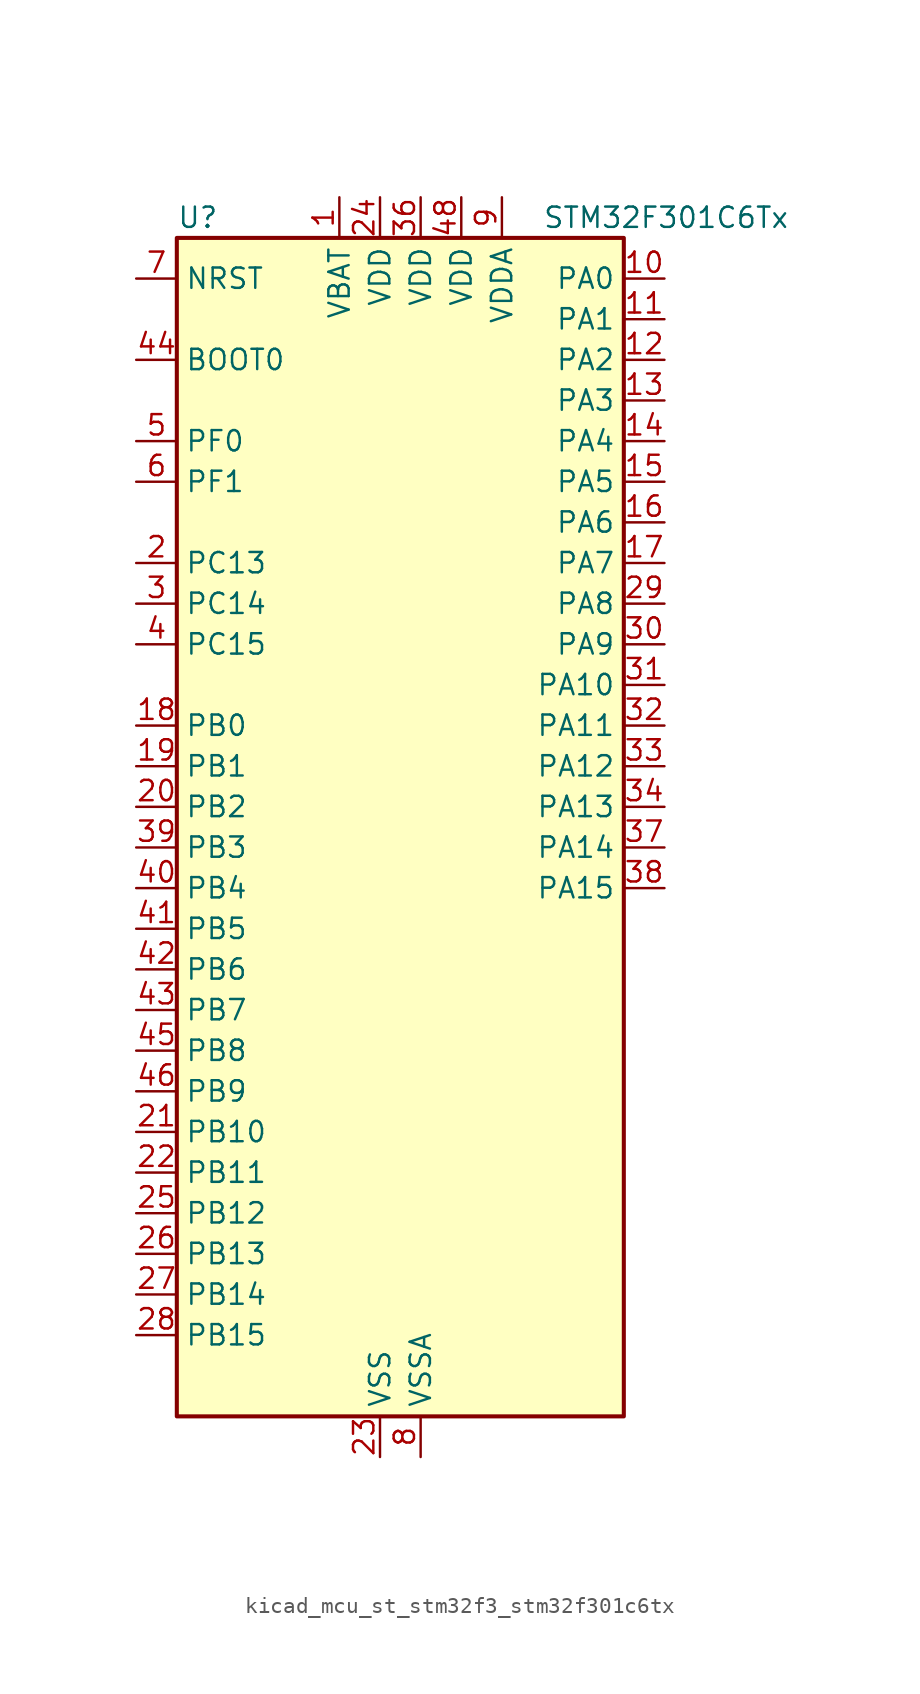
<source format=kicad_sym>
(kicad_symbol_lib
  (version 20220914)
  (generator kicad_symbol_editor)
  (symbol "kicad_mcu_st_stm32f3_stm32f301c6tx"
    (property "Reference" "U"
      (at -12.7 39.37 0)
      (effects (font (size 1.27 1.27)) (justify left)))
    (property "Value" "STM32F301C6Tx"
      (at 10.16 39.37 0)
      (effects (font (size 1.27 1.27)) (justify left)))
    (property "ki_locked" ""
      (at 0 0 0)
      (effects (font (size 1.27 1.27))))
    (symbol "kicad_mcu_st_stm32f3_stm32f301c6tx_0_1"
      (rectangle (start -12.7 -35.56) (end 15.24 38.1) (stroke (width 0.254) (type default)) (fill (type background))))
    (symbol "kicad_mcu_st_stm32f3_stm32f301c6tx_1_1"
      (pin power_in line (at -2.54 40.64 270) (length 2.54) (name "VBAT" (effects (font (size 1.27 1.27)))) (number "1" (effects (font (size 1.27 1.27)))))
      (pin bidirectional line (at 17.78 35.56 180) (length 2.54) (name "PA0" (effects (font (size 1.27 1.27)))) (number "10" (effects (font (size 1.27 1.27)))) (alternate "ADC1_IN1" bidirectional line) (alternate "RTC_TAMP2" bidirectional line) (alternate "SYS_WKUP1" bidirectional line) (alternate "TIM2_CH1" bidirectional line) (alternate "TIM2_ETR" bidirectional line) (alternate "TSC_G1_IO1" bidirectional line) (alternate "USART2_CTS" bidirectional line))
      (pin bidirectional line (at 17.78 33.02 180) (length 2.54) (name "PA1" (effects (font (size 1.27 1.27)))) (number "11" (effects (font (size 1.27 1.27)))) (alternate "ADC1_IN2" bidirectional line) (alternate "RTC_REFIN" bidirectional line) (alternate "TIM15_CH1N" bidirectional line) (alternate "TIM2_CH2" bidirectional line) (alternate "TSC_G1_IO2" bidirectional line) (alternate "USART2_DE" bidirectional line) (alternate "USART2_RTS" bidirectional line))
      (pin bidirectional line (at 17.78 30.48 180) (length 2.54) (name "PA2" (effects (font (size 1.27 1.27)))) (number "12" (effects (font (size 1.27 1.27)))) (alternate "ADC1_IN3" bidirectional line) (alternate "COMP2_INM" bidirectional line) (alternate "COMP2_OUT" bidirectional line) (alternate "TIM15_CH1" bidirectional line) (alternate "TIM2_CH3" bidirectional line) (alternate "TSC_G1_IO3" bidirectional line) (alternate "USART2_TX" bidirectional line))
      (pin bidirectional line (at 17.78 27.94 180) (length 2.54) (name "PA3" (effects (font (size 1.27 1.27)))) (number "13" (effects (font (size 1.27 1.27)))) (alternate "ADC1_IN4" bidirectional line) (alternate "TIM15_CH2" bidirectional line) (alternate "TIM2_CH4" bidirectional line) (alternate "TSC_G1_IO4" bidirectional line) (alternate "USART2_RX" bidirectional line))
      (pin bidirectional line (at 17.78 25.4 180) (length 2.54) (name "PA4" (effects (font (size 1.27 1.27)))) (number "14" (effects (font (size 1.27 1.27)))) (alternate "ADC1_IN5" bidirectional line) (alternate "COMP2_INM" bidirectional line) (alternate "COMP4_INM" bidirectional line) (alternate "COMP6_INM" bidirectional line) (alternate "DAC_OUT1" bidirectional line) (alternate "I2S3_WS" bidirectional line) (alternate "SPI3_NSS" bidirectional line) (alternate "TSC_G2_IO1" bidirectional line) (alternate "USART2_CK" bidirectional line))
      (pin bidirectional line (at 17.78 22.86 180) (length 2.54) (name "PA5" (effects (font (size 1.27 1.27)))) (number "15" (effects (font (size 1.27 1.27)))) (alternate "OPAMP2_VINM" bidirectional line) (alternate "OPAMP2_VINM_SEC" bidirectional line) (alternate "TIM2_CH1" bidirectional line) (alternate "TIM2_ETR" bidirectional line) (alternate "TSC_G2_IO2" bidirectional line))
      (pin bidirectional line (at 17.78 20.32 180) (length 2.54) (name "PA6" (effects (font (size 1.27 1.27)))) (number "16" (effects (font (size 1.27 1.27)))) (alternate "ADC1_IN10" bidirectional line) (alternate "OPAMP2_VOUT" bidirectional line) (alternate "TIM16_CH1" bidirectional line) (alternate "TIM1_BKIN" bidirectional line) (alternate "TSC_G2_IO3" bidirectional line))
      (pin bidirectional line (at 17.78 17.78 180) (length 2.54) (name "PA7" (effects (font (size 1.27 1.27)))) (number "17" (effects (font (size 1.27 1.27)))) (alternate "ADC1_IN15" bidirectional line) (alternate "COMP2_INP" bidirectional line) (alternate "OPAMP2_VINP" bidirectional line) (alternate "OPAMP2_VINP_SEC" bidirectional line) (alternate "TIM17_CH1" bidirectional line) (alternate "TIM1_CH1N" bidirectional line) (alternate "TSC_G2_IO4" bidirectional line))
      (pin bidirectional line (at -15.24 7.62 0) (length 2.54) (name "PB0" (effects (font (size 1.27 1.27)))) (number "18" (effects (font (size 1.27 1.27)))) (alternate "ADC1_IN11" bidirectional line) (alternate "COMP4_INP" bidirectional line) (alternate "OPAMP2_VINP" bidirectional line) (alternate "OPAMP2_VINP_SEC" bidirectional line) (alternate "TIM1_CH2N" bidirectional line) (alternate "TSC_G3_IO2" bidirectional line))
      (pin bidirectional line (at -15.24 5.08 0) (length 2.54) (name "PB1" (effects (font (size 1.27 1.27)))) (number "19" (effects (font (size 1.27 1.27)))) (alternate "ADC1_IN12" bidirectional line) (alternate "COMP4_OUT" bidirectional line) (alternate "TIM1_CH3N" bidirectional line) (alternate "TSC_G3_IO3" bidirectional line))
      (pin bidirectional line (at -15.24 17.78 0) (length 2.54) (name "PC13" (effects (font (size 1.27 1.27)))) (number "2" (effects (font (size 1.27 1.27)))) (alternate "RTC_OUT_ALARM" bidirectional line) (alternate "RTC_OUT_CALIB" bidirectional line) (alternate "RTC_TAMP1" bidirectional line) (alternate "RTC_TS" bidirectional line) (alternate "SYS_WKUP2" bidirectional line) (alternate "TIM1_CH1N" bidirectional line))
      (pin bidirectional line (at -15.24 2.54 0) (length 2.54) (name "PB2" (effects (font (size 1.27 1.27)))) (number "20" (effects (font (size 1.27 1.27)))) (alternate "COMP4_INM" bidirectional line) (alternate "TSC_G3_IO4" bidirectional line))
      (pin bidirectional line (at -15.24 -17.78 0) (length 2.54) (name "PB10" (effects (font (size 1.27 1.27)))) (number "21" (effects (font (size 1.27 1.27)))) (alternate "TIM2_CH3" bidirectional line) (alternate "TSC_SYNC" bidirectional line) (alternate "USART3_TX" bidirectional line))
      (pin bidirectional line (at -15.24 -20.32 0) (length 2.54) (name "PB11" (effects (font (size 1.27 1.27)))) (number "22" (effects (font (size 1.27 1.27)))) (alternate "ADC1_EXTI11" bidirectional line) (alternate "ADC1_IN14" bidirectional line) (alternate "COMP6_INP" bidirectional line) (alternate "TIM2_CH4" bidirectional line) (alternate "TSC_G6_IO1" bidirectional line) (alternate "USART3_RX" bidirectional line))
      (pin power_in line (at 0 -38.1 90) (length 2.54) (name "VSS" (effects (font (size 1.27 1.27)))) (number "23" (effects (font (size 1.27 1.27)))))
      (pin power_in line (at 0 40.64 270) (length 2.54) (name "VDD" (effects (font (size 1.27 1.27)))) (number "24" (effects (font (size 1.27 1.27)))))
      (pin bidirectional line (at -15.24 -22.86 0) (length 2.54) (name "PB12" (effects (font (size 1.27 1.27)))) (number "25" (effects (font (size 1.27 1.27)))) (alternate "I2C2_SMBA" bidirectional line) (alternate "I2S2_WS" bidirectional line) (alternate "SPI2_NSS" bidirectional line) (alternate "TIM1_BKIN" bidirectional line) (alternate "TSC_G6_IO2" bidirectional line) (alternate "USART3_CK" bidirectional line))
      (pin bidirectional line (at -15.24 -25.4 0) (length 2.54) (name "PB13" (effects (font (size 1.27 1.27)))) (number "26" (effects (font (size 1.27 1.27)))) (alternate "ADC1_IN13" bidirectional line) (alternate "I2S2_CK" bidirectional line) (alternate "SPI2_SCK" bidirectional line) (alternate "TIM1_CH1N" bidirectional line) (alternate "TSC_G6_IO3" bidirectional line) (alternate "USART3_CTS" bidirectional line))
      (pin bidirectional line (at -15.24 -27.94 0) (length 2.54) (name "PB14" (effects (font (size 1.27 1.27)))) (number "27" (effects (font (size 1.27 1.27)))) (alternate "I2S2_ext_SD" bidirectional line) (alternate "OPAMP2_VINP" bidirectional line) (alternate "OPAMP2_VINP_SEC" bidirectional line) (alternate "SPI2_MISO" bidirectional line) (alternate "TIM15_CH1" bidirectional line) (alternate "TIM1_CH2N" bidirectional line) (alternate "TSC_G6_IO4" bidirectional line) (alternate "USART3_DE" bidirectional line) (alternate "USART3_RTS" bidirectional line))
      (pin bidirectional line (at -15.24 -30.48 0) (length 2.54) (name "PB15" (effects (font (size 1.27 1.27)))) (number "28" (effects (font (size 1.27 1.27)))) (alternate "ADC1_EXTI15" bidirectional line) (alternate "COMP6_INM" bidirectional line) (alternate "I2S2_SD" bidirectional line) (alternate "RTC_REFIN" bidirectional line) (alternate "SPI2_MOSI" bidirectional line) (alternate "TIM15_CH1N" bidirectional line) (alternate "TIM15_CH2" bidirectional line) (alternate "TIM1_CH3N" bidirectional line))
      (pin bidirectional line (at 17.78 15.24 180) (length 2.54) (name "PA8" (effects (font (size 1.27 1.27)))) (number "29" (effects (font (size 1.27 1.27)))) (alternate "I2C2_SMBA" bidirectional line) (alternate "I2C3_SCL" bidirectional line) (alternate "I2S2_MCK" bidirectional line) (alternate "RCC_MCO" bidirectional line) (alternate "TIM1_CH1" bidirectional line) (alternate "USART1_CK" bidirectional line))
      (pin bidirectional line (at -15.24 15.24 0) (length 2.54) (name "PC14" (effects (font (size 1.27 1.27)))) (number "3" (effects (font (size 1.27 1.27)))) (alternate "RCC_OSC32_IN" bidirectional line))
      (pin bidirectional line (at 17.78 12.7 180) (length 2.54) (name "PA9" (effects (font (size 1.27 1.27)))) (number "30" (effects (font (size 1.27 1.27)))) (alternate "DAC_EXTI9" bidirectional line) (alternate "I2C2_SCL" bidirectional line) (alternate "I2C3_SMBA" bidirectional line) (alternate "I2S3_MCK" bidirectional line) (alternate "TIM15_BKIN" bidirectional line) (alternate "TIM1_CH2" bidirectional line) (alternate "TIM2_CH3" bidirectional line) (alternate "TSC_G4_IO1" bidirectional line) (alternate "USART1_TX" bidirectional line))
      (pin bidirectional line (at 17.78 10.16 180) (length 2.54) (name "PA10" (effects (font (size 1.27 1.27)))) (number "31" (effects (font (size 1.27 1.27)))) (alternate "COMP6_OUT" bidirectional line) (alternate "I2C2_SDA" bidirectional line) (alternate "I2S2_ext_SD" bidirectional line) (alternate "SPI2_MISO" bidirectional line) (alternate "TIM17_BKIN" bidirectional line) (alternate "TIM1_CH3" bidirectional line) (alternate "TIM2_CH4" bidirectional line) (alternate "TSC_G4_IO2" bidirectional line) (alternate "USART1_RX" bidirectional line))
      (pin bidirectional line (at 17.78 7.62 180) (length 2.54) (name "PA11" (effects (font (size 1.27 1.27)))) (number "32" (effects (font (size 1.27 1.27)))) (alternate "ADC1_EXTI11" bidirectional line) (alternate "I2S2_SD" bidirectional line) (alternate "SPI2_MOSI" bidirectional line) (alternate "TIM1_BKIN2" bidirectional line) (alternate "TIM1_CH1N" bidirectional line) (alternate "TIM1_CH4" bidirectional line) (alternate "USART1_CTS" bidirectional line))
      (pin bidirectional line (at 17.78 5.08 180) (length 2.54) (name "PA12" (effects (font (size 1.27 1.27)))) (number "33" (effects (font (size 1.27 1.27)))) (alternate "COMP2_OUT" bidirectional line) (alternate "I2S_CKIN" bidirectional line) (alternate "TIM16_CH1" bidirectional line) (alternate "TIM1_CH2N" bidirectional line) (alternate "TIM1_ETR" bidirectional line) (alternate "USART1_DE" bidirectional line) (alternate "USART1_RTS" bidirectional line))
      (pin bidirectional line (at 17.78 2.54 180) (length 2.54) (name "PA13" (effects (font (size 1.27 1.27)))) (number "34" (effects (font (size 1.27 1.27)))) (alternate "IR_OUT" bidirectional line) (alternate "SYS_JTMS-SWDIO" bidirectional line) (alternate "TIM16_CH1N" bidirectional line) (alternate "TSC_G4_IO3" bidirectional line) (alternate "USART3_CTS" bidirectional line))
      (pin passive line (at 0 -38.1 90) (length 2.54) hide (name "VSS" (effects (font (size 1.27 1.27)))) (number "35" (effects (font (size 1.27 1.27)))))
      (pin power_in line (at 2.54 40.64 270) (length 2.54) (name "VDD" (effects (font (size 1.27 1.27)))) (number "36" (effects (font (size 1.27 1.27)))))
      (pin bidirectional line (at 17.78 0 180) (length 2.54) (name "PA14" (effects (font (size 1.27 1.27)))) (number "37" (effects (font (size 1.27 1.27)))) (alternate "I2C1_SDA" bidirectional line) (alternate "SYS_JTCK-SWCLK" bidirectional line) (alternate "TIM1_BKIN" bidirectional line) (alternate "TSC_G4_IO4" bidirectional line) (alternate "USART2_TX" bidirectional line))
      (pin bidirectional line (at 17.78 -2.54 180) (length 2.54) (name "PA15" (effects (font (size 1.27 1.27)))) (number "38" (effects (font (size 1.27 1.27)))) (alternate "ADC1_EXTI15" bidirectional line) (alternate "I2C1_SCL" bidirectional line) (alternate "I2S3_WS" bidirectional line) (alternate "SPI3_NSS" bidirectional line) (alternate "SYS_JTDI" bidirectional line) (alternate "TIM1_BKIN" bidirectional line) (alternate "TIM2_CH1" bidirectional line) (alternate "TIM2_ETR" bidirectional line) (alternate "TSC_SYNC" bidirectional line) (alternate "USART2_RX" bidirectional line))
      (pin bidirectional line (at -15.24 0 0) (length 2.54) (name "PB3" (effects (font (size 1.27 1.27)))) (number "39" (effects (font (size 1.27 1.27)))) (alternate "I2S3_CK" bidirectional line) (alternate "SPI3_SCK" bidirectional line) (alternate "SYS_JTDO-TRACESWO" bidirectional line) (alternate "TIM2_CH2" bidirectional line) (alternate "TSC_G5_IO1" bidirectional line) (alternate "USART2_TX" bidirectional line))
      (pin bidirectional line (at -15.24 12.7 0) (length 2.54) (name "PC15" (effects (font (size 1.27 1.27)))) (number "4" (effects (font (size 1.27 1.27)))) (alternate "ADC1_EXTI15" bidirectional line) (alternate "RCC_OSC32_OUT" bidirectional line))
      (pin bidirectional line (at -15.24 -2.54 0) (length 2.54) (name "PB4" (effects (font (size 1.27 1.27)))) (number "40" (effects (font (size 1.27 1.27)))) (alternate "I2S3_ext_SD" bidirectional line) (alternate "SPI3_MISO" bidirectional line) (alternate "SYS_NJTRST" bidirectional line) (alternate "TIM16_CH1" bidirectional line) (alternate "TIM17_BKIN" bidirectional line) (alternate "TSC_G5_IO2" bidirectional line) (alternate "USART2_RX" bidirectional line))
      (pin bidirectional line (at -15.24 -5.08 0) (length 2.54) (name "PB5" (effects (font (size 1.27 1.27)))) (number "41" (effects (font (size 1.27 1.27)))) (alternate "I2C1_SMBA" bidirectional line) (alternate "I2C3_SDA" bidirectional line) (alternate "I2S3_SD" bidirectional line) (alternate "SPI3_MOSI" bidirectional line) (alternate "TIM16_BKIN" bidirectional line) (alternate "TIM17_CH1" bidirectional line) (alternate "USART2_CK" bidirectional line))
      (pin bidirectional line (at -15.24 -7.62 0) (length 2.54) (name "PB6" (effects (font (size 1.27 1.27)))) (number "42" (effects (font (size 1.27 1.27)))) (alternate "I2C1_SCL" bidirectional line) (alternate "TIM16_CH1N" bidirectional line) (alternate "TSC_G5_IO3" bidirectional line) (alternate "USART1_TX" bidirectional line))
      (pin bidirectional line (at -15.24 -10.16 0) (length 2.54) (name "PB7" (effects (font (size 1.27 1.27)))) (number "43" (effects (font (size 1.27 1.27)))) (alternate "I2C1_SDA" bidirectional line) (alternate "TIM17_CH1N" bidirectional line) (alternate "TSC_G5_IO4" bidirectional line) (alternate "USART1_RX" bidirectional line))
      (pin input line (at -15.24 30.48 0) (length 2.54) (name "BOOT0" (effects (font (size 1.27 1.27)))) (number "44" (effects (font (size 1.27 1.27)))))
      (pin bidirectional line (at -15.24 -12.7 0) (length 2.54) (name "PB8" (effects (font (size 1.27 1.27)))) (number "45" (effects (font (size 1.27 1.27)))) (alternate "I2C1_SCL" bidirectional line) (alternate "TIM16_CH1" bidirectional line) (alternate "TIM1_BKIN" bidirectional line) (alternate "TSC_SYNC" bidirectional line) (alternate "USART3_RX" bidirectional line))
      (pin bidirectional line (at -15.24 -15.24 0) (length 2.54) (name "PB9" (effects (font (size 1.27 1.27)))) (number "46" (effects (font (size 1.27 1.27)))) (alternate "COMP2_OUT" bidirectional line) (alternate "DAC_EXTI9" bidirectional line) (alternate "I2C1_SDA" bidirectional line) (alternate "IR_OUT" bidirectional line) (alternate "TIM17_CH1" bidirectional line) (alternate "USART3_TX" bidirectional line))
      (pin passive line (at 0 -38.1 90) (length 2.54) hide (name "VSS" (effects (font (size 1.27 1.27)))) (number "47" (effects (font (size 1.27 1.27)))))
      (pin power_in line (at 5.08 40.64 270) (length 2.54) (name "VDD" (effects (font (size 1.27 1.27)))) (number "48" (effects (font (size 1.27 1.27)))))
      (pin bidirectional line (at -15.24 25.4 0) (length 2.54) (name "PF0" (effects (font (size 1.27 1.27)))) (number "5" (effects (font (size 1.27 1.27)))) (alternate "I2C2_SDA" bidirectional line) (alternate "I2S2_WS" bidirectional line) (alternate "RCC_OSC_IN" bidirectional line) (alternate "SPI2_NSS" bidirectional line) (alternate "TIM1_CH3N" bidirectional line))
      (pin bidirectional line (at -15.24 22.86 0) (length 2.54) (name "PF1" (effects (font (size 1.27 1.27)))) (number "6" (effects (font (size 1.27 1.27)))) (alternate "I2C2_SCL" bidirectional line) (alternate "I2S2_CK" bidirectional line) (alternate "RCC_OSC_OUT" bidirectional line) (alternate "SPI2_SCK" bidirectional line))
      (pin input line (at -15.24 35.56 0) (length 2.54) (name "NRST" (effects (font (size 1.27 1.27)))) (number "7" (effects (font (size 1.27 1.27)))))
      (pin power_in line (at 2.54 -38.1 90) (length 2.54) (name "VSSA" (effects (font (size 1.27 1.27)))) (number "8" (effects (font (size 1.27 1.27)))))
      (pin power_in line (at 7.62 40.64 270) (length 2.54) (name "VDDA" (effects (font (size 1.27 1.27)))) (number "9" (effects (font (size 1.27 1.27))))))))
</source>
